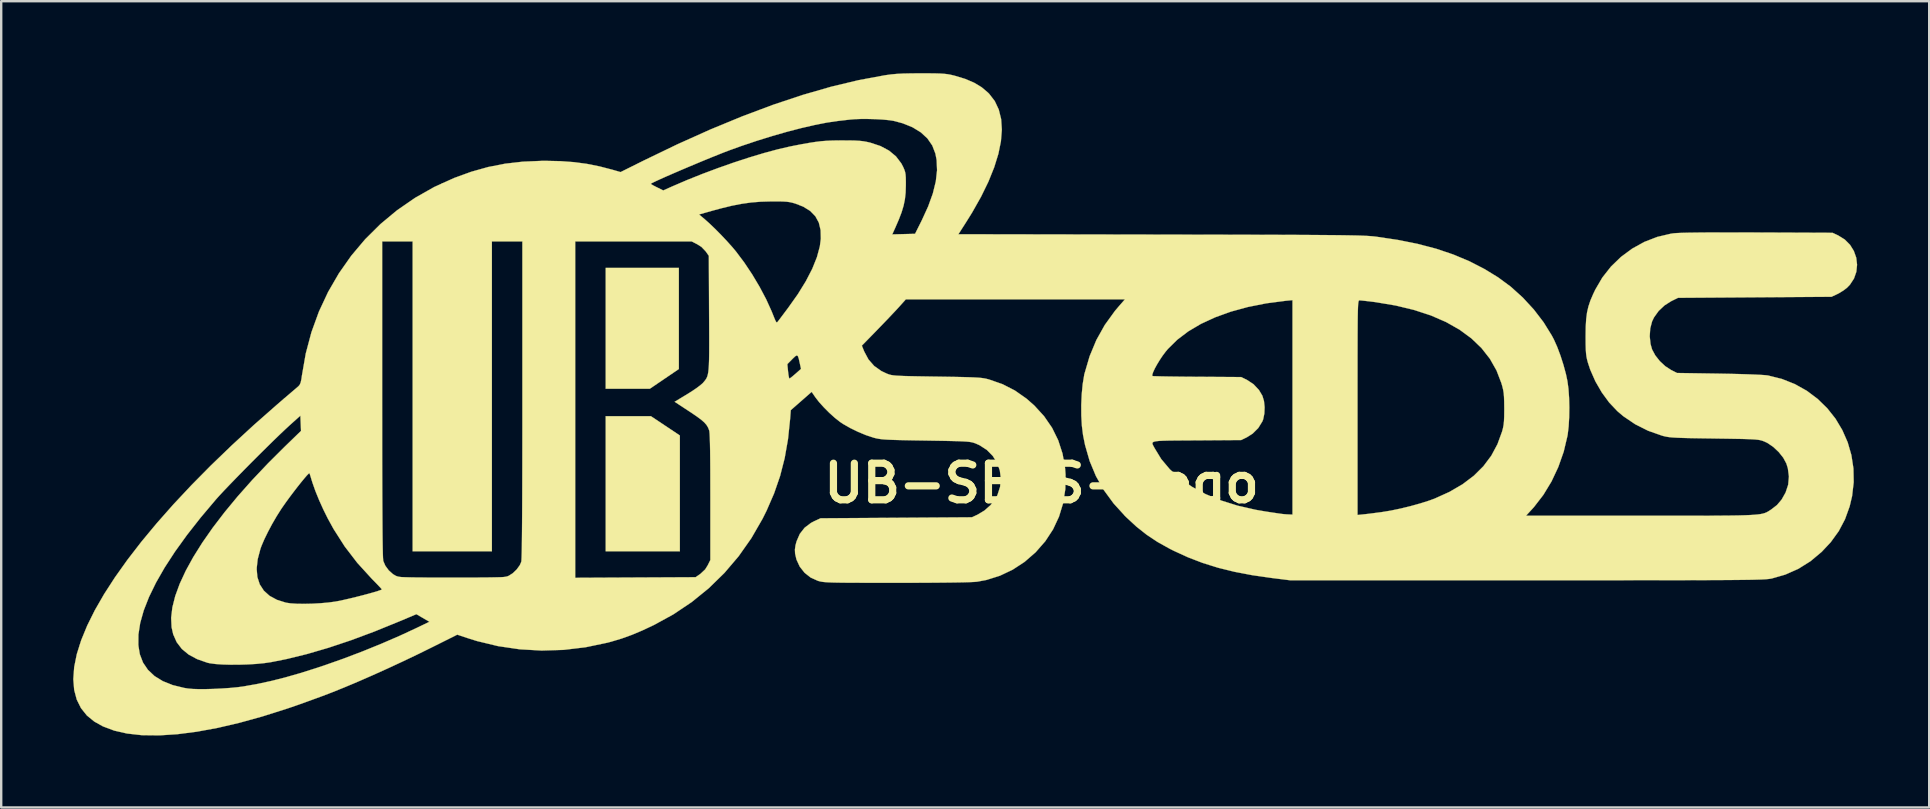
<source format=kicad_pcb>
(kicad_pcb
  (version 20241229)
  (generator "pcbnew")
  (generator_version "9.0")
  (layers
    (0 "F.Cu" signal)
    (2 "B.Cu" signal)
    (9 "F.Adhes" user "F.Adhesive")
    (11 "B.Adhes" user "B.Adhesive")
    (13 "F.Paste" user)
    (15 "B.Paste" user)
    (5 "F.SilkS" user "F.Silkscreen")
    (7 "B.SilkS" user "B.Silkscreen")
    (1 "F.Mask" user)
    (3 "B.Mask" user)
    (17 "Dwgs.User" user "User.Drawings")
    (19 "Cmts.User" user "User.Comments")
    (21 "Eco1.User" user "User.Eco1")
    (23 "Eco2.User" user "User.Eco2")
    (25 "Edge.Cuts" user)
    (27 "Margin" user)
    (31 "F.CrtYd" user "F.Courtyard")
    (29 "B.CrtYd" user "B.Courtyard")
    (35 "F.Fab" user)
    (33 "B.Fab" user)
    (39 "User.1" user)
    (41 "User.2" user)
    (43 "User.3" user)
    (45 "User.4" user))
  (footprint "UB-SEDS-Logo"
    (layer "F.Cu")
    (at 40.349 17.085)
    (property "Reference" "UB-SEDS-Logo" (at 0 0 0) (layer "F.SilkS") (effects (font (size 1.524 1.524) (thickness 0.3))))
    (attr through_hole)
    (fp_poly (pts (xy -15.675 -2.392) (xy -15.072 -1.989) (xy -15.072 2.836) (xy -18.162 2.836) (xy -18.162 -2.794) (xy -16.278 -2.794) (xy -15.675 -2.392)) (stroke (width 0.01) (type solid)) (fill yes) (layer "F.SilkS"))
    (fp_poly (pts (xy -15.114 -4.759) (xy -15.719 -4.348) (xy -16.324 -3.937) (xy -18.162 -3.937) (xy -18.162 -8.975) (xy -15.114 -8.975) (xy -15.114 -4.759)) (stroke (width 0.01) (type solid)) (fill yes) (layer "F.SilkS"))
    (fp_poly (pts (xy -4.997 -17.08) (xy -4.671 -17.079) (xy -4.415 -17.076) (xy -4.214 -17.07) (xy -4.054 -17.059) (xy -3.921 -17.044) (xy -3.798 -17.022) (xy -3.673 -16.993) (xy -3.621 -16.98) (xy -3.181 -16.847) (xy -2.812 -16.689) (xy -2.499 -16.501) (xy -2.231 -16.274) (xy -2.186 -16.229) (xy -1.95 -15.923) (xy -1.784 -15.57) (xy -1.685 -15.172) (xy -1.656 -14.73) (xy -1.694 -14.248) (xy -1.8 -13.726) (xy -1.973 -13.167) (xy -2.213 -12.571) (xy -2.52 -11.942) (xy -2.894 -11.28) (xy -3.131 -10.899) (xy -3.466 -10.375) (xy 4.945 -10.361) (xy 5.944 -10.359) (xy 6.862 -10.358) (xy 7.702 -10.356) (xy 8.47 -10.354) (xy 9.167 -10.353) (xy 9.798 -10.351) (xy 10.367 -10.349) (xy 10.877 -10.347) (xy 11.332 -10.344) (xy 11.736 -10.341) (xy 12.092 -10.338) (xy 12.404 -10.335) (xy 12.675 -10.331) (xy 12.911 -10.327) (xy 13.113 -10.323) (xy 13.287 -10.318) (xy 13.435 -10.312) (xy 13.561 -10.306) (xy 13.669 -10.299) (xy 13.763 -10.292) (xy 13.846 -10.284) (xy 13.923 -10.275) (xy 13.948 -10.272) (xy 14.848 -10.138) (xy 15.677 -9.972) (xy 16.445 -9.77) (xy 17.159 -9.529) (xy 17.828 -9.248) (xy 18.46 -8.923) (xy 19.024 -8.577) (xy 19.551 -8.188) (xy 20.051 -7.736) (xy 20.511 -7.237) (xy 20.918 -6.706) (xy 21.257 -6.158) (xy 21.344 -5.994) (xy 21.484 -5.682) (xy 21.621 -5.316) (xy 21.746 -4.926) (xy 21.85 -4.541) (xy 21.91 -4.255) (xy 21.953 -3.938) (xy 21.979 -3.564) (xy 21.989 -3.16) (xy 21.983 -2.754) (xy 21.961 -2.371) (xy 21.922 -2.038) (xy 21.91 -1.969) (xy 21.755 -1.315) (xy 21.531 -0.679) (xy 21.247 -0.074) (xy 20.907 0.486) (xy 20.519 0.988) (xy 20.446 1.069) (xy 20.184 1.354) (xy 24.964 1.354) (xy 25.721 1.354) (xy 26.398 1.354) (xy 27 1.354) (xy 27.532 1.353) (xy 27.998 1.352) (xy 28.404 1.349) (xy 28.754 1.346) (xy 29.053 1.341) (xy 29.306 1.334) (xy 29.518 1.325) (xy 29.693 1.314) (xy 29.836 1.301) (xy 29.952 1.286) (xy 30.047 1.267) (xy 30.124 1.245) (xy 30.188 1.221) (xy 30.245 1.192) (xy 30.299 1.16) (xy 30.355 1.124) (xy 30.403 1.093) (xy 30.642 0.908) (xy 30.836 0.679) (xy 31.001 0.386) (xy 31.002 0.383) (xy 31.108 0.062) (xy 31.139 -0.28) (xy 31.094 -0.625) (xy 31.031 -0.826) (xy 30.902 -1.065) (xy 30.713 -1.301) (xy 30.488 -1.513) (xy 30.247 -1.677) (xy 30.119 -1.738) (xy 30.056 -1.762) (xy 29.994 -1.782) (xy 29.926 -1.799) (xy 29.842 -1.812) (xy 29.734 -1.823) (xy 29.594 -1.832) (xy 29.414 -1.839) (xy 29.184 -1.846) (xy 28.896 -1.851) (xy 28.543 -1.857) (xy 28.115 -1.863) (xy 28.023 -1.865) (xy 27.577 -1.871) (xy 27.206 -1.877) (xy 26.902 -1.883) (xy 26.657 -1.89) (xy 26.46 -1.898) (xy 26.304 -1.907) (xy 26.179 -1.918) (xy 26.077 -1.932) (xy 25.988 -1.949) (xy 25.904 -1.969) (xy 25.844 -1.986) (xy 25.27 -2.188) (xy 24.732 -2.459) (xy 24.241 -2.791) (xy 23.991 -3.003) (xy 23.651 -3.362) (xy 23.342 -3.784) (xy 23.074 -4.247) (xy 22.861 -4.731) (xy 22.766 -5.017) (xy 22.73 -5.149) (xy 22.704 -5.274) (xy 22.687 -5.408) (xy 22.676 -5.568) (xy 22.67 -5.773) (xy 22.668 -6.04) (xy 22.668 -6.139) (xy 22.673 -6.521) (xy 22.692 -6.839) (xy 22.727 -7.113) (xy 22.785 -7.365) (xy 22.868 -7.614) (xy 22.982 -7.88) (xy 23.071 -8.067) (xy 23.365 -8.57) (xy 23.724 -9.027) (xy 24.141 -9.43) (xy 24.606 -9.774) (xy 25.112 -10.054) (xy 25.651 -10.263) (xy 26.214 -10.396) (xy 26.336 -10.414) (xy 26.464 -10.424) (xy 26.674 -10.433) (xy 26.968 -10.44) (xy 27.344 -10.445) (xy 27.804 -10.449) (xy 28.348 -10.45) (xy 28.975 -10.45) (xy 29.687 -10.448) (xy 29.823 -10.448) (xy 32.955 -10.436) (xy 33.192 -10.325) (xy 33.467 -10.154) (xy 33.686 -9.934) (xy 33.845 -9.677) (xy 33.944 -9.397) (xy 33.978 -9.103) (xy 33.948 -8.81) (xy 33.85 -8.529) (xy 33.682 -8.273) (xy 33.562 -8.148) (xy 33.421 -8.039) (xy 33.25 -7.932) (xy 33.151 -7.88) (xy 32.913 -7.769) (xy 29.716 -7.747) (xy 26.519 -7.726) (xy 26.237 -7.588) (xy 25.956 -7.41) (xy 25.71 -7.178) (xy 25.519 -6.912) (xy 25.437 -6.742) (xy 25.36 -6.448) (xy 25.339 -6.123) (xy 25.373 -5.802) (xy 25.437 -5.576) (xy 25.569 -5.33) (xy 25.759 -5.089) (xy 25.987 -4.877) (xy 26.23 -4.719) (xy 26.231 -4.719) (xy 26.478 -4.594) (xy 28.235 -4.567) (xy 28.666 -4.559) (xy 29.064 -4.55) (xy 29.422 -4.539) (xy 29.731 -4.527) (xy 29.981 -4.515) (xy 30.164 -4.502) (xy 30.267 -4.49) (xy 30.848 -4.345) (xy 31.389 -4.13) (xy 31.887 -3.851) (xy 32.337 -3.513) (xy 32.736 -3.124) (xy 33.08 -2.69) (xy 33.364 -2.215) (xy 33.587 -1.707) (xy 33.742 -1.172) (xy 33.827 -0.616) (xy 33.838 -0.045) (xy 33.771 0.536) (xy 33.669 0.967) (xy 33.475 1.503) (xy 33.214 1.997) (xy 32.88 2.458) (xy 32.505 2.858) (xy 32.039 3.248) (xy 31.533 3.565) (xy 30.989 3.806) (xy 30.433 3.966) (xy 30.391 3.974) (xy 30.345 3.982) (xy 30.289 3.989) (xy 30.223 3.995) (xy 30.141 4.002) (xy 30.042 4.007) (xy 29.92 4.012) (xy 29.774 4.016) (xy 29.6 4.021) (xy 29.395 4.024) (xy 29.154 4.027) (xy 28.876 4.03) (xy 28.556 4.032) (xy 28.192 4.035) (xy 27.779 4.036) (xy 27.316 4.038) (xy 26.797 4.039) (xy 26.221 4.04) (xy 25.583 4.041) (xy 24.881 4.041) (xy 24.111 4.042) (xy 23.27 4.042) (xy 22.354 4.042) (xy 21.361 4.042) (xy 20.286 4.042) (xy 10.349 4.042) (xy 9.587 3.947) (xy 8.78 3.831) (xy 8.041 3.69) (xy 7.358 3.522) (xy 6.716 3.322) (xy 6.101 3.086) (xy 5.501 2.811) (xy 5.333 2.726) (xy 4.829 2.445) (xy 4.378 2.145) (xy 3.952 1.808) (xy 3.524 1.412) (xy 3.488 1.376) (xy 3.002 0.843) (xy 2.595 0.287) (xy 2.264 -0.299) (xy 2.004 -0.923) (xy 1.811 -1.593) (xy 1.727 -2.011) (xy 1.68 -2.388) (xy 1.655 -2.814) (xy 1.653 -3.263) (xy 1.673 -3.71) (xy 1.713 -4.13) (xy 1.774 -4.499) (xy 1.78 -4.524) (xy 4.612 -4.524) (xy 4.616 -4.47) (xy 4.621 -4.467) (xy 4.674 -4.462) (xy 4.803 -4.458) (xy 4.998 -4.453) (xy 5.251 -4.448) (xy 5.552 -4.444) (xy 5.893 -4.44) (xy 6.265 -4.437) (xy 6.497 -4.436) (xy 8.317 -4.424) (xy 8.557 -4.307) (xy 8.83 -4.127) (xy 9.056 -3.887) (xy 9.2 -3.646) (xy 9.266 -3.428) (xy 9.293 -3.169) (xy 9.282 -2.903) (xy 9.233 -2.663) (xy 9.2 -2.578) (xy 9.028 -2.3) (xy 8.793 -2.067) (xy 8.557 -1.917) (xy 8.317 -1.8) (xy 6.465 -1.787) (xy 6.01 -1.785) (xy 5.634 -1.782) (xy 5.328 -1.779) (xy 5.087 -1.773) (xy 4.904 -1.764) (xy 4.772 -1.751) (xy 4.685 -1.732) (xy 4.636 -1.706) (xy 4.618 -1.671) (xy 4.624 -1.628) (xy 4.648 -1.574) (xy 4.684 -1.508) (xy 4.704 -1.47) (xy 4.986 -1.007) (xy 5.342 -0.583) (xy 5.771 -0.197) (xy 6.27 0.149) (xy 6.836 0.454) (xy 7.468 0.715) (xy 8.162 0.933) (xy 8.918 1.106) (xy 9.354 1.181) (xy 9.632 1.223) (xy 9.841 1.254) (xy 9.996 1.276) (xy 10.113 1.29) (xy 10.206 1.299) (xy 10.29 1.304) (xy 10.317 1.306) (xy 10.455 1.312) (xy 10.455 -3.149) (xy 13.164 -3.149) (xy 13.164 1.323) (xy 13.429 1.295) (xy 13.583 1.278) (xy 13.791 1.252) (xy 14.02 1.222) (xy 14.18 1.201) (xy 14.55 1.14) (xy 14.957 1.055) (xy 15.376 0.953) (xy 15.781 0.84) (xy 16.147 0.724) (xy 16.379 0.639) (xy 16.998 0.359) (xy 17.541 0.042) (xy 18.011 -0.313) (xy 18.409 -0.709) (xy 18.737 -1.146) (xy 18.995 -1.627) (xy 19.187 -2.153) (xy 19.187 -2.153) (xy 19.225 -2.296) (xy 19.251 -2.435) (xy 19.267 -2.588) (xy 19.275 -2.776) (xy 19.278 -3.021) (xy 19.278 -3.133) (xy 19.275 -3.397) (xy 19.268 -3.597) (xy 19.255 -3.756) (xy 19.232 -3.895) (xy 19.198 -4.035) (xy 19.159 -4.17) (xy 18.956 -4.699) (xy 18.679 -5.187) (xy 18.329 -5.633) (xy 17.908 -6.037) (xy 17.415 -6.399) (xy 16.853 -6.717) (xy 16.222 -6.991) (xy 15.522 -7.22) (xy 14.755 -7.405) (xy 13.921 -7.545) (xy 13.829 -7.557) (xy 13.625 -7.582) (xy 13.447 -7.602) (xy 13.313 -7.616) (xy 13.247 -7.62) (xy 13.234 -7.619) (xy 13.222 -7.611) (xy 13.212 -7.593) (xy 13.203 -7.559) (xy 13.195 -7.505) (xy 13.188 -7.426) (xy 13.183 -7.316) (xy 13.178 -7.173) (xy 13.174 -6.989) (xy 13.171 -6.762) (xy 13.169 -6.486) (xy 13.167 -6.156) (xy 13.166 -5.768) (xy 13.165 -5.317) (xy 13.165 -4.798) (xy 13.164 -4.206) (xy 13.164 -3.537) (xy 13.164 -3.149) (xy 10.455 -3.149) (xy 10.455 -7.63) (xy 10.169 -7.602) (xy 9.36 -7.496) (xy 8.599 -7.345) (xy 7.889 -7.151) (xy 7.235 -6.915) (xy 6.641 -6.641) (xy 6.112 -6.328) (xy 5.652 -5.979) (xy 5.264 -5.596) (xy 5.172 -5.486) (xy 5.046 -5.319) (xy 4.924 -5.136) (xy 4.812 -4.952) (xy 4.717 -4.779) (xy 4.649 -4.632) (xy 4.612 -4.524) (xy 1.78 -4.524) (xy 1.79 -4.572) (xy 2.002 -5.293) (xy 2.282 -5.966) (xy 2.633 -6.594) (xy 3.056 -7.179) (xy 3.203 -7.353) (xy 3.473 -7.663) (xy -5.655 -7.663) (xy -5.95 -7.335) (xy -6.074 -7.2) (xy -6.243 -7.021) (xy -6.44 -6.813) (xy -6.652 -6.593) (xy -6.862 -6.376) (xy -6.867 -6.37) (xy -7.489 -5.733) (xy -7.388 -5.485) (xy -7.212 -5.157) (xy -6.975 -4.887) (xy -6.676 -4.675) (xy -6.448 -4.567) (xy -6.386 -4.544) (xy -6.325 -4.524) (xy -6.256 -4.508) (xy -6.17 -4.495) (xy -6.059 -4.484) (xy -5.914 -4.476) (xy -5.727 -4.468) (xy -5.491 -4.462) (xy -5.195 -4.456) (xy -4.832 -4.45) (xy -4.393 -4.443) (xy -4.362 -4.443) (xy -3.915 -4.436) (xy -3.544 -4.43) (xy -3.239 -4.423) (xy -2.993 -4.416) (xy -2.796 -4.408) (xy -2.639 -4.399) (xy -2.514 -4.388) (xy -2.41 -4.374) (xy -2.321 -4.357) (xy -2.236 -4.336) (xy -2.181 -4.321) (xy -1.625 -4.127) (xy -1.11 -3.863) (xy -0.628 -3.525) (xy -0.305 -3.241) (xy 0.104 -2.794) (xy 0.437 -2.311) (xy 0.693 -1.79) (xy 0.874 -1.232) (xy 0.978 -0.639) (xy 0.999 -0.36) (xy 0.989 0.246) (xy 0.897 0.832) (xy 0.726 1.392) (xy 0.478 1.922) (xy 0.154 2.417) (xy -0.244 2.872) (xy -0.253 2.881) (xy -0.708 3.276) (xy -1.206 3.602) (xy -1.738 3.854) (xy -2.298 4.03) (xy -2.684 4.102) (xy -2.801 4.112) (xy -3.001 4.121) (xy -3.279 4.129) (xy -3.635 4.135) (xy -4.064 4.14) (xy -4.565 4.144) (xy -5.135 4.147) (xy -5.771 4.148) (xy -6.032 4.148) (xy -6.612 4.148) (xy -7.113 4.148) (xy -7.543 4.147) (xy -7.906 4.146) (xy -8.21 4.144) (xy -8.462 4.141) (xy -8.666 4.137) (xy -8.831 4.131) (xy -8.961 4.124) (xy -9.064 4.116) (xy -9.145 4.106) (xy -9.212 4.094) (xy -9.27 4.08) (xy -9.325 4.064) (xy -9.327 4.063) (xy -9.623 3.929) (xy -9.876 3.729) (xy -10.076 3.475) (xy -10.213 3.179) (xy -10.27 2.932) (xy -10.278 2.764) (xy -10.254 2.588) (xy -10.209 2.421) (xy -10.074 2.11) (xy -9.874 1.854) (xy -9.609 1.653) (xy -9.476 1.583) (xy -9.209 1.46) (xy -6.055 1.439) (xy -2.901 1.418) (xy -2.658 1.304) (xy -2.378 1.135) (xy -2.128 0.913) (xy -1.928 0.657) (xy -1.841 0.496) (xy -1.729 0.151) (xy -1.697 -0.195) (xy -1.74 -0.532) (xy -1.854 -0.85) (xy -2.034 -1.137) (xy -2.277 -1.385) (xy -2.578 -1.581) (xy -2.742 -1.655) (xy -2.804 -1.678) (xy -2.867 -1.697) (xy -2.938 -1.713) (xy -3.028 -1.726) (xy -3.143 -1.737) (xy -3.293 -1.745) (xy -3.486 -1.753) (xy -3.731 -1.759) (xy -4.035 -1.766) (xy -4.407 -1.772) (xy -4.827 -1.779) (xy -5.275 -1.786) (xy -5.646 -1.793) (xy -5.951 -1.8) (xy -6.197 -1.807) (xy -6.395 -1.815) (xy -6.552 -1.825) (xy -6.678 -1.836) (xy -6.782 -1.851) (xy -6.872 -1.868) (xy -6.957 -1.888) (xy -7.007 -1.902) (xy -7.314 -2.003) (xy -7.646 -2.141) (xy -7.974 -2.301) (xy -8.267 -2.468) (xy -8.399 -2.556) (xy -8.612 -2.724) (xy -8.844 -2.933) (xy -9.072 -3.162) (xy -9.274 -3.386) (xy -9.425 -3.581) (xy -9.58 -3.807) (xy -10.45 -3.045) (xy -10.478 -2.676) (xy -10.566 -1.835) (xy -10.704 -1.049) (xy -10.895 -0.302) (xy -11.145 0.422) (xy -11.457 1.14) (xy -11.627 1.481) (xy -12.093 2.289) (xy -12.623 3.042) (xy -13.215 3.737) (xy -13.867 4.374) (xy -14.577 4.95) (xy -15.342 5.463) (xy -16.145 5.903) (xy -16.629 6.131) (xy -17.071 6.317) (xy -17.497 6.471) (xy -17.932 6.601) (xy -18.089 6.643) (xy -18.997 6.833) (xy -19.914 6.943) (xy -20.831 6.971) (xy -21.744 6.919) (xy -22.645 6.787) (xy -23.528 6.574) (xy -23.904 6.456) (xy -24.346 6.309) (xy -25.329 6.8) (xy -25.955 7.109) (xy -26.596 7.415) (xy -27.239 7.714) (xy -27.871 7.999) (xy -28.479 8.265) (xy -29.051 8.506) (xy -29.572 8.716) (xy -29.973 8.869) (xy -30.293 8.986) (xy -30.549 9.079) (xy -30.757 9.155) (xy -30.932 9.217) (xy -31.089 9.272) (xy -31.244 9.325) (xy -31.412 9.382) (xy -31.455 9.396) (xy -32.461 9.715) (xy -33.423 9.981) (xy -34.335 10.194) (xy -35.197 10.352) (xy -36.004 10.456) (xy -36.754 10.505) (xy -37.444 10.498) (xy -37.509 10.495) (xy -38.106 10.428) (xy -38.64 10.307) (xy -39.109 10.131) (xy -39.471 9.929) (xy -39.781 9.675) (xy -40.025 9.369) (xy -40.201 9.015) (xy -40.308 8.613) (xy -40.344 8.168) (xy -40.344 8.163) (xy -40.308 7.66) (xy -40.199 7.119) (xy -40.083 6.751) (xy -37.635 6.751) (xy -37.573 7.126) (xy -37.44 7.473) (xy -37.235 7.775) (xy -36.961 8.033) (xy -36.618 8.245) (xy -36.207 8.41) (xy -35.729 8.527) (xy -35.561 8.554) (xy -35.373 8.571) (xy -35.119 8.579) (xy -34.819 8.578) (xy -34.49 8.569) (xy -34.151 8.552) (xy -33.822 8.53) (xy -33.519 8.501) (xy -33.263 8.468) (xy -33.254 8.466) (xy -32.687 8.365) (xy -32.117 8.243) (xy -31.529 8.095) (xy -30.906 7.917) (xy -30.233 7.705) (xy -29.889 7.591) (xy -29.109 7.316) (xy -28.305 7.011) (xy -27.506 6.686) (xy -26.737 6.353) (xy -26.058 6.038) (xy -25.507 5.773) (xy -25.778 5.614) (xy -26.05 5.456) (xy -26.752 5.752) (xy -27.793 6.176) (xy -28.778 6.543) (xy -29.713 6.855) (xy -30.603 7.115) (xy -31.455 7.324) (xy -32.111 7.455) (xy -32.395 7.496) (xy -32.722 7.528) (xy -33.075 7.549) (xy -33.438 7.56) (xy -33.794 7.561) (xy -34.127 7.552) (xy -34.418 7.532) (xy -34.653 7.501) (xy -34.757 7.478) (xy -35.185 7.329) (xy -35.539 7.138) (xy -35.823 6.903) (xy -36.037 6.622) (xy -36.182 6.296) (xy -36.249 6.001) (xy -36.268 5.608) (xy -36.217 5.174) (xy -36.098 4.701) (xy -35.912 4.192) (xy -35.661 3.65) (xy -35.61 3.556) (xy -32.705 3.556) (xy -32.676 3.907) (xy -32.576 4.214) (xy -32.406 4.476) (xy -32.166 4.692) (xy -31.857 4.859) (xy -31.485 4.976) (xy -31.289 5.005) (xy -31.028 5.022) (xy -30.723 5.026) (xy -30.392 5.019) (xy -30.054 5) (xy -29.73 4.972) (xy -29.439 4.933) (xy -29.317 4.911) (xy -29.087 4.863) (xy -28.831 4.804) (xy -28.562 4.739) (xy -28.295 4.671) (xy -28.044 4.604) (xy -27.824 4.542) (xy -27.647 4.488) (xy -27.528 4.446) (xy -27.487 4.425) (xy -27.511 4.394) (xy -27.585 4.313) (xy -27.698 4.194) (xy -27.841 4.047) (xy -27.911 3.976) (xy -28.511 3.318) (xy -29.037 2.632) (xy -29.502 1.903) (xy -29.74 1.47) (xy -29.928 1.091) (xy -30.103 0.703) (xy -30.256 0.328) (xy -30.376 -0.011) (xy -30.42 -0.151) (xy -30.46 -0.286) (xy -30.491 -0.383) (xy -30.506 -0.418) (xy -30.541 -0.398) (xy -30.617 -0.32) (xy -30.726 -0.193) (xy -30.861 -0.029) (xy -31.013 0.163) (xy -31.174 0.372) (xy -31.336 0.587) (xy -31.491 0.8) (xy -31.63 0.998) (xy -31.685 1.079) (xy -31.873 1.376) (xy -32.06 1.698) (xy -32.234 2.025) (xy -32.386 2.336) (xy -32.503 2.61) (xy -32.547 2.73) (xy -32.662 3.164) (xy -32.705 3.556) (xy -35.61 3.556) (xy -35.347 3.078) (xy -34.971 2.478) (xy -34.536 1.855) (xy -34.042 1.209) (xy -33.493 0.545) (xy -32.89 -0.135) (xy -32.234 -0.828) (xy -31.535 -1.524) (xy -30.857 -2.181) (xy -30.87 -2.498) (xy -30.883 -2.816) (xy -31.328 -2.417) (xy -31.516 -2.243) (xy -31.75 -2.021) (xy -32.019 -1.761) (xy -32.313 -1.472) (xy -32.623 -1.165) (xy -32.94 -0.848) (xy -33.252 -0.532) (xy -33.551 -0.226) (xy -33.827 0.059) (xy -34.07 0.313) (xy -34.27 0.528) (xy -34.403 0.677) (xy -35.04 1.432) (xy -35.609 2.157) (xy -36.109 2.851) (xy -36.54 3.514) (xy -36.9 4.143) (xy -37.19 4.738) (xy -37.41 5.298) (xy -37.557 5.82) (xy -37.632 6.305) (xy -37.635 6.751) (xy -40.083 6.751) (xy -40.017 6.543) (xy -39.766 5.932) (xy -39.447 5.29) (xy -39.06 4.618) (xy -38.608 3.919) (xy -38.092 3.194) (xy -37.514 2.445) (xy -36.875 1.675) (xy -36.177 0.885) (xy -35.421 0.078) (xy -34.609 -0.744) (xy -33.742 -1.579) (xy -32.822 -2.426) (xy -31.85 -3.282) (xy -31.585 -3.51) (xy -31.4 -3.668) (xy -31.231 -3.813) (xy -31.091 -3.932) (xy -30.994 -4.016) (xy -30.962 -4.043) (xy -30.91 -4.106) (xy -30.871 -4.198) (xy -30.84 -4.34) (xy -30.819 -4.488) (xy -30.659 -5.406) (xy -30.422 -6.295) (xy -30.111 -7.151) (xy -29.728 -7.97) (xy -29.277 -8.748) (xy -28.761 -9.482) (xy -28.26 -10.076) (xy -27.476 -10.076) (xy -27.476 -3.512) (xy -27.475 -2.541) (xy -27.475 -1.654) (xy -27.474 -0.847) (xy -27.472 -0.119) (xy -27.47 0.531) (xy -27.467 1.107) (xy -27.464 1.61) (xy -27.461 2.041) (xy -27.457 2.404) (xy -27.452 2.698) (xy -27.447 2.928) (xy -27.441 3.094) (xy -27.434 3.198) (xy -27.429 3.238) (xy -27.344 3.436) (xy -27.202 3.629) (xy -27.026 3.787) (xy -26.907 3.857) (xy -26.863 3.874) (xy -26.813 3.889) (xy -26.747 3.901) (xy -26.66 3.911) (xy -26.542 3.918) (xy -26.388 3.924) (xy -26.189 3.929) (xy -25.939 3.932) (xy -25.629 3.933) (xy -25.254 3.934) (xy -24.804 3.935) (xy -24.555 3.935) (xy -24.066 3.935) (xy -23.655 3.934) (xy -23.314 3.932) (xy -23.035 3.93) (xy -22.812 3.926) (xy -22.637 3.921) (xy -22.502 3.915) (xy -22.401 3.906) (xy -22.325 3.895) (xy -22.269 3.882) (xy -22.223 3.865) (xy -22.205 3.858) (xy -22.032 3.748) (xy -21.869 3.591) (xy -21.741 3.414) (xy -21.679 3.273) (xy -21.672 3.211) (xy -21.666 3.078) (xy -21.66 2.87) (xy -21.655 2.589) (xy -21.651 2.232) (xy -21.647 1.798) (xy -21.643 1.287) (xy -21.64 0.697) (xy -21.638 0.028) (xy -21.636 -0.722) (xy -21.635 -1.553) (xy -21.634 -2.467) (xy -21.634 -3.465) (xy -21.634 -3.482) (xy -21.634 -10.076) (xy -19.432 -10.076) (xy -19.432 3.939) (xy -16.924 3.927) (xy -14.416 3.915) (xy -14.219 3.779) (xy -14.018 3.591) (xy -13.912 3.421) (xy -13.802 3.2) (xy -13.802 0.569) (xy -13.803 -0.033) (xy -13.804 -0.553) (xy -13.807 -0.996) (xy -13.811 -1.365) (xy -13.817 -1.662) (xy -13.824 -1.893) (xy -13.832 -2.059) (xy -13.842 -2.165) (xy -13.851 -2.206) (xy -13.898 -2.324) (xy -13.962 -2.43) (xy -14.053 -2.534) (xy -14.182 -2.647) (xy -14.36 -2.779) (xy -14.596 -2.94) (xy -14.68 -2.995) (xy -15.289 -3.395) (xy -14.768 -3.709) (xy -14.566 -3.836) (xy -14.38 -3.962) (xy -14.227 -4.077) (xy -14.124 -4.165) (xy -14.109 -4.181) (xy -14.054 -4.245) (xy -14.007 -4.304) (xy -13.968 -4.364) (xy -13.935 -4.433) (xy -13.909 -4.518) (xy -13.888 -4.626) (xy -13.873 -4.763) (xy -13.861 -4.938) (xy -13.861 -4.962) (xy -10.594 -4.962) (xy -10.564 -4.661) (xy -10.546 -4.514) (xy -10.526 -4.407) (xy -10.508 -4.362) (xy -10.506 -4.361) (xy -10.463 -4.388) (xy -10.376 -4.456) (xy -10.262 -4.554) (xy -10.251 -4.563) (xy -10.024 -4.764) (xy -10.078 -5.018) (xy -10.118 -5.195) (xy -10.154 -5.297) (xy -10.197 -5.327) (xy -10.261 -5.293) (xy -10.358 -5.201) (xy -10.39 -5.169) (xy -10.594 -4.962) (xy -13.861 -4.962) (xy -13.854 -5.155) (xy -13.85 -5.424) (xy -13.849 -5.75) (xy -13.849 -6.14) (xy -13.851 -6.603) (xy -13.854 -7.077) (xy -13.865 -9.476) (xy -13.993 -9.659) (xy -14.172 -9.847) (xy -14.35 -9.959) (xy -14.579 -10.076) (xy -19.432 -10.076) (xy -21.634 -10.076) (xy -22.904 -10.076) (xy -22.904 2.836) (xy -26.206 2.836) (xy -26.206 -10.076) (xy -27.476 -10.076) (xy -28.26 -10.076) (xy -28.183 -10.167) (xy -27.546 -10.799) (xy -27.065 -11.199) (xy -14.273 -11.199) (xy -14.048 -11.012) (xy -13.846 -10.832) (xy -13.61 -10.606) (xy -13.359 -10.353) (xy -13.113 -10.092) (xy -12.889 -9.842) (xy -12.73 -9.652) (xy -12.389 -9.198) (xy -12.057 -8.7) (xy -11.748 -8.181) (xy -11.475 -7.664) (xy -11.252 -7.173) (xy -11.219 -7.092) (xy -11.144 -6.905) (xy -11.093 -6.784) (xy -11.058 -6.72) (xy -11.032 -6.701) (xy -11.008 -6.716) (xy -10.991 -6.736) (xy -10.95 -6.789) (xy -10.868 -6.897) (xy -10.757 -7.045) (xy -10.625 -7.221) (xy -10.563 -7.303) (xy -10.156 -7.877) (xy -9.82 -8.422) (xy -9.554 -8.937) (xy -9.361 -9.418) (xy -9.24 -9.864) (xy -9.198 -10.187) (xy -9.207 -10.549) (xy -9.282 -10.861) (xy -9.427 -11.126) (xy -9.642 -11.346) (xy -9.93 -11.524) (xy -10.251 -11.65) (xy -10.377 -11.687) (xy -10.494 -11.713) (xy -10.621 -11.73) (xy -10.775 -11.74) (xy -10.976 -11.744) (xy -11.24 -11.743) (xy -11.283 -11.743) (xy -11.698 -11.731) (xy -12.092 -11.7) (xy -12.485 -11.645) (xy -12.9 -11.565) (xy -13.356 -11.454) (xy -13.699 -11.361) (xy -14.273 -11.199) (xy -27.065 -11.199) (xy -26.853 -11.375) (xy -26.107 -11.89) (xy -25.311 -12.341) (xy -25.011 -12.477) (xy -16.283 -12.477) (xy -16.255 -12.453) (xy -16.169 -12.403) (xy -16.042 -12.338) (xy -16.03 -12.332) (xy -15.763 -12.2) (xy -15.386 -12.369) (xy -14.779 -12.63) (xy -14.142 -12.885) (xy -13.487 -13.13) (xy -12.831 -13.361) (xy -12.188 -13.571) (xy -11.573 -13.756) (xy -10.999 -13.911) (xy -10.482 -14.031) (xy -10.392 -14.049) (xy -10.013 -14.123) (xy -9.698 -14.179) (xy -9.428 -14.221) (xy -9.184 -14.251) (xy -8.947 -14.269) (xy -8.698 -14.28) (xy -8.418 -14.284) (xy -8.299 -14.284) (xy -8.001 -14.283) (xy -7.769 -14.278) (xy -7.585 -14.267) (xy -7.43 -14.25) (xy -7.285 -14.224) (xy -7.136 -14.19) (xy -6.713 -14.05) (xy -6.357 -13.86) (xy -6.067 -13.619) (xy -5.846 -13.329) (xy -5.771 -13.187) (xy -5.721 -13.074) (xy -5.688 -12.975) (xy -5.668 -12.869) (xy -5.658 -12.733) (xy -5.655 -12.547) (xy -5.656 -12.404) (xy -5.665 -12.104) (xy -5.695 -11.832) (xy -5.749 -11.568) (xy -5.832 -11.291) (xy -5.951 -10.981) (xy -6.092 -10.656) (xy -6.222 -10.369) (xy -5.272 -10.393) (xy -4.995 -10.946) (xy -4.727 -11.531) (xy -4.531 -12.073) (xy -4.407 -12.576) (xy -4.355 -13.041) (xy -4.373 -13.469) (xy -4.425 -13.738) (xy -4.554 -14.072) (xy -4.757 -14.367) (xy -5.031 -14.62) (xy -5.375 -14.831) (xy -5.786 -14.998) (xy -6.159 -15.098) (xy -6.354 -15.128) (xy -6.611 -15.153) (xy -6.905 -15.17) (xy -7.215 -15.178) (xy -7.516 -15.179) (xy -7.787 -15.169) (xy -7.96 -15.155) (xy -8.157 -15.133) (xy -8.36 -15.109) (xy -8.51 -15.092) (xy -8.95 -15.027) (xy -9.453 -14.928) (xy -10.008 -14.8) (xy -10.602 -14.646) (xy -11.222 -14.468) (xy -11.857 -14.271) (xy -12.492 -14.058) (xy -12.998 -13.876) (xy -13.215 -13.794) (xy -13.474 -13.691) (xy -13.766 -13.574) (xy -14.08 -13.445) (xy -14.406 -13.309) (xy -14.735 -13.171) (xy -15.057 -13.034) (xy -15.361 -12.903) (xy -15.639 -12.782) (xy -15.879 -12.675) (xy -16.072 -12.586) (xy -16.209 -12.52) (xy -16.278 -12.481) (xy -16.283 -12.477) (xy -25.011 -12.477) (xy -24.477 -12.719) (xy -23.762 -12.979) (xy -23.059 -13.176) (xy -22.349 -13.315) (xy -21.611 -13.399) (xy -20.827 -13.432) (xy -20.66 -13.433) (xy -20.043 -13.42) (xy -19.481 -13.379) (xy -18.948 -13.308) (xy -18.419 -13.202) (xy -17.867 -13.059) (xy -17.821 -13.045) (xy -17.542 -12.965) (xy -16.593 -13.438) (xy -15.169 -14.125) (xy -13.792 -14.743) (xy -12.463 -15.291) (xy -11.182 -15.771) (xy -9.949 -16.181) (xy -8.763 -16.523) (xy -7.626 -16.795) (xy -6.537 -16.997) (xy -6.478 -17.006) (xy -6.264 -17.035) (xy -6.034 -17.056) (xy -5.77 -17.07) (xy -5.458 -17.077) (xy -5.081 -17.08) (xy -4.997 -17.08)) (stroke (width 0.01) (type solid)) (fill yes) (layer "F.SilkS")))
  (gr_rect
    (start -3 -3)
    (end 77.333 30.595)
    (stroke (width 0.1) (type default))
    (fill no)
    (layer "Edge.Cuts")))
</source>
